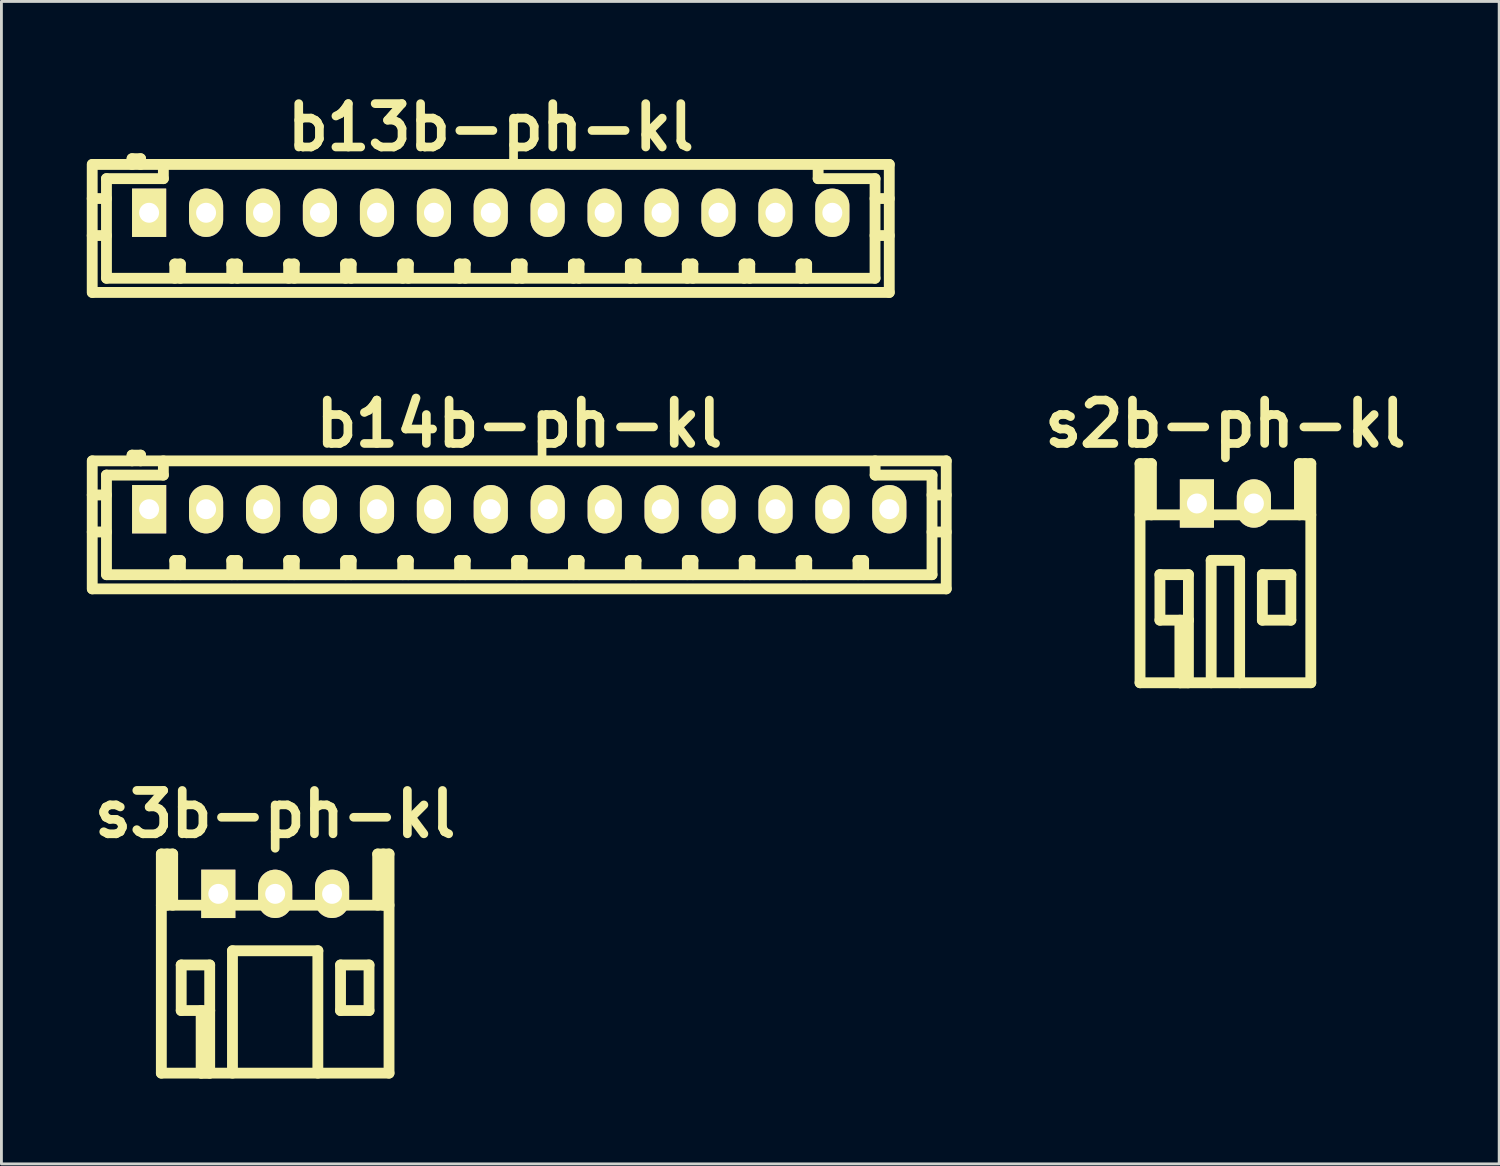
<source format=kicad_pcb>
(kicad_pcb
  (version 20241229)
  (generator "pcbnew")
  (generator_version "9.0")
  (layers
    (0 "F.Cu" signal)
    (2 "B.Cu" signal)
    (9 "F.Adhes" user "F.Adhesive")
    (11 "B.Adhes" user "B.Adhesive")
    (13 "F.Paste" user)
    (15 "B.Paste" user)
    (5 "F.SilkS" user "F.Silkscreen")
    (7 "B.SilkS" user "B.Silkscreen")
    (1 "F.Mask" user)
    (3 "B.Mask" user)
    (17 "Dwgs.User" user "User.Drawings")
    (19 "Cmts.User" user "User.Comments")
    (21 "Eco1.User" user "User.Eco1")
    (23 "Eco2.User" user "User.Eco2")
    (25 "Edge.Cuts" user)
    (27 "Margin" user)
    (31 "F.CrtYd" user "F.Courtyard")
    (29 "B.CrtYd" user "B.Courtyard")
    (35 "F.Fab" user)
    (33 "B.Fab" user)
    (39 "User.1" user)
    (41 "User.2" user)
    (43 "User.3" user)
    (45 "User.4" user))
  (footprint "b14b-ph-kl"
    (layer "F.Cu")
    (at 15.197 14.842)
    (property "Reference" "b14b-ph-kl" (at 0 -3 0) (layer "F.SilkS") (effects (font (size 1.524 1.524) (thickness 0.305))))
    (attr through_hole)
    (fp_line (start -15.006 -1.699) (end -15.006 2.799) (stroke (width 0.381) (type solid)) (layer "F.SilkS"))
    (fp_line (start -15.001 -1.699) (end 15.001 -1.699) (stroke (width 0.381) (type solid)) (layer "F.SilkS"))
    (fp_line (start -15.001 2.799) (end 15.001 2.799) (stroke (width 0.381) (type solid)) (layer "F.SilkS"))
    (fp_line (start -14.506 -1.199) (end -14.506 2.301) (stroke (width 0.381) (type solid)) (layer "F.SilkS"))
    (fp_line (start -14.506 -0.5) (end -15.006 -0.5) (stroke (width 0.381) (type solid)) (layer "F.SilkS"))
    (fp_line (start -14.506 0.8) (end -15.006 0.8) (stroke (width 0.381) (type solid)) (layer "F.SilkS"))
    (fp_line (start -13.607 -1.9) (end -13.607 -1.699) (stroke (width 0.381) (type solid)) (layer "F.SilkS"))
    (fp_line (start -13.307 -1.9) (end -13.607 -1.9) (stroke (width 0.381) (type solid)) (layer "F.SilkS"))
    (fp_line (start -13.307 -1.699) (end -13.307 -1.9) (stroke (width 0.381) (type solid)) (layer "F.SilkS"))
    (fp_line (start -12.507 -1.699) (end -12.507 -1.199) (stroke (width 0.381) (type solid)) (layer "F.SilkS"))
    (fp_line (start -12.507 -1.199) (end -14.506 -1.199) (stroke (width 0.381) (type solid)) (layer "F.SilkS"))
    (fp_line (start -12.106 1.801) (end -11.908 1.801) (stroke (width 0.381) (type solid)) (layer "F.SilkS"))
    (fp_line (start -12.106 2.301) (end -12.106 1.801) (stroke (width 0.381) (type solid)) (layer "F.SilkS"))
    (fp_line (start -11.908 1.801) (end -11.908 2.301) (stroke (width 0.381) (type solid)) (layer "F.SilkS"))
    (fp_line (start -10.104 1.801) (end -9.906 1.801) (stroke (width 0.381) (type solid)) (layer "F.SilkS"))
    (fp_line (start -10.104 2.301) (end -10.104 1.801) (stroke (width 0.381) (type solid)) (layer "F.SilkS"))
    (fp_line (start -9.906 1.801) (end -9.906 2.301) (stroke (width 0.381) (type solid)) (layer "F.SilkS"))
    (fp_line (start -8.105 1.801) (end -7.907 1.801) (stroke (width 0.381) (type solid)) (layer "F.SilkS"))
    (fp_line (start -8.105 2.301) (end -8.105 1.801) (stroke (width 0.381) (type solid)) (layer "F.SilkS"))
    (fp_line (start -7.907 1.801) (end -7.907 2.301) (stroke (width 0.381) (type solid)) (layer "F.SilkS"))
    (fp_line (start -6.106 1.801) (end -5.908 1.801) (stroke (width 0.381) (type solid)) (layer "F.SilkS"))
    (fp_line (start -6.106 2.301) (end -6.106 1.801) (stroke (width 0.381) (type solid)) (layer "F.SilkS"))
    (fp_line (start -5.908 1.801) (end -5.908 2.301) (stroke (width 0.381) (type solid)) (layer "F.SilkS"))
    (fp_line (start -4.097 1.801) (end -3.899 1.801) (stroke (width 0.381) (type solid)) (layer "F.SilkS"))
    (fp_line (start -4.097 2.301) (end -4.097 1.801) (stroke (width 0.381) (type solid)) (layer "F.SilkS"))
    (fp_line (start -3.899 1.801) (end -3.899 2.301) (stroke (width 0.381) (type solid)) (layer "F.SilkS"))
    (fp_line (start -2.098 1.801) (end -1.9 1.801) (stroke (width 0.381) (type solid)) (layer "F.SilkS"))
    (fp_line (start -2.098 2.301) (end -2.098 1.801) (stroke (width 0.381) (type solid)) (layer "F.SilkS"))
    (fp_line (start -1.9 1.801) (end -1.9 2.301) (stroke (width 0.381) (type solid)) (layer "F.SilkS"))
    (fp_line (start -0.097 1.801) (end 0.102 1.801) (stroke (width 0.381) (type solid)) (layer "F.SilkS"))
    (fp_line (start -0.097 2.301) (end -0.097 1.801) (stroke (width 0.381) (type solid)) (layer "F.SilkS"))
    (fp_line (start 0.102 1.801) (end 0.102 2.301) (stroke (width 0.381) (type solid)) (layer "F.SilkS"))
    (fp_line (start 1.902 1.801) (end 2.101 1.801) (stroke (width 0.381) (type solid)) (layer "F.SilkS"))
    (fp_line (start 1.902 2.301) (end 1.902 1.801) (stroke (width 0.381) (type solid)) (layer "F.SilkS"))
    (fp_line (start 2.101 1.801) (end 2.101 2.301) (stroke (width 0.381) (type solid)) (layer "F.SilkS"))
    (fp_line (start 3.901 1.801) (end 4.1 1.801) (stroke (width 0.381) (type solid)) (layer "F.SilkS"))
    (fp_line (start 3.901 2.301) (end 3.901 1.801) (stroke (width 0.381) (type solid)) (layer "F.SilkS"))
    (fp_line (start 4.1 1.801) (end 4.1 2.301) (stroke (width 0.381) (type solid)) (layer "F.SilkS"))
    (fp_line (start 5.903 1.801) (end 6.101 1.801) (stroke (width 0.381) (type solid)) (layer "F.SilkS"))
    (fp_line (start 5.903 2.301) (end 5.903 1.801) (stroke (width 0.381) (type solid)) (layer "F.SilkS"))
    (fp_line (start 6.101 1.801) (end 6.101 2.301) (stroke (width 0.381) (type solid)) (layer "F.SilkS"))
    (fp_line (start 7.902 1.801) (end 8.1 1.801) (stroke (width 0.381) (type solid)) (layer "F.SilkS"))
    (fp_line (start 7.902 2.301) (end 7.902 1.801) (stroke (width 0.381) (type solid)) (layer "F.SilkS"))
    (fp_line (start 8.1 1.801) (end 8.1 2.301) (stroke (width 0.381) (type solid)) (layer "F.SilkS"))
    (fp_line (start 9.901 1.801) (end 10.099 1.801) (stroke (width 0.381) (type solid)) (layer "F.SilkS"))
    (fp_line (start 9.901 2.301) (end 9.901 1.801) (stroke (width 0.381) (type solid)) (layer "F.SilkS"))
    (fp_line (start 10.099 1.801) (end 10.099 2.301) (stroke (width 0.381) (type solid)) (layer "F.SilkS"))
    (fp_line (start 11.9 1.801) (end 12.098 1.801) (stroke (width 0.381) (type solid)) (layer "F.SilkS"))
    (fp_line (start 11.9 2.301) (end 11.9 1.801) (stroke (width 0.381) (type solid)) (layer "F.SilkS"))
    (fp_line (start 12.098 1.801) (end 12.098 2.301) (stroke (width 0.381) (type solid)) (layer "F.SilkS"))
    (fp_line (start 12.502 -1.199) (end 12.502 -1.699) (stroke (width 0.381) (type solid)) (layer "F.SilkS"))
    (fp_line (start 14.501 -1.199) (end 12.502 -1.199) (stroke (width 0.381) (type solid)) (layer "F.SilkS"))
    (fp_line (start 14.501 0.8) (end 15.001 0.8) (stroke (width 0.381) (type solid)) (layer "F.SilkS"))
    (fp_line (start 14.501 2.301) (end -14.501 2.301) (stroke (width 0.381) (type solid)) (layer "F.SilkS"))
    (fp_line (start 14.501 2.301) (end 14.501 -1.199) (stroke (width 0.381) (type solid)) (layer "F.SilkS"))
    (fp_line (start 15.001 -1.699) (end 15.001 2.799) (stroke (width 0.381) (type solid)) (layer "F.SilkS"))
    (fp_line (start 15.001 -0.5) (end 14.501 -0.5) (stroke (width 0.381) (type solid)) (layer "F.SilkS"))
    (pad "1" thru_hole rect (at -13.007 0) (size 1.199 1.699) (drill 0.701) (layers "*.Cu" "*.Mask" "F.SilkS"))
    (pad "2" thru_hole oval (at -11.006 0) (size 1.199 1.699) (drill 0.701) (layers "*.Cu" "*.Mask" "F.SilkS"))
    (pad "3" thru_hole oval (at -9.004 0) (size 1.199 1.699) (drill 0.701) (layers "*.Cu" "*.Mask" "F.SilkS"))
    (pad "4" thru_hole oval (at -7.005 0) (size 1.199 1.699) (drill 0.701) (layers "*.Cu" "*.Mask" "F.SilkS"))
    (pad "5" thru_hole oval (at -5.001 0) (size 1.199 1.699) (drill 0.701) (layers "*.Cu" "*.Mask" "F.SilkS"))
    (pad "6" thru_hole oval (at -3 0) (size 1.199 1.699) (drill 0.701) (layers "*.Cu" "*.Mask" "F.SilkS"))
    (pad "7" thru_hole oval (at -1.003 0) (size 1.199 1.699) (drill 0.701) (layers "*.Cu" "*.Mask" "F.SilkS"))
    (pad "8" thru_hole oval (at 0.998 0) (size 1.199 1.699) (drill 0.701) (layers "*.Cu" "*.Mask" "F.SilkS"))
    (pad "9" thru_hole oval (at 3 0) (size 1.199 1.699) (drill 0.701) (layers "*.Cu" "*.Mask" "F.SilkS"))
    (pad "10" thru_hole oval (at 4.999 0) (size 1.199 1.699) (drill 0.701) (layers "*.Cu" "*.Mask" "F.SilkS"))
    (pad "11" thru_hole oval (at 7 0) (size 1.199 1.699) (drill 0.701) (layers "*.Cu" "*.Mask" "F.SilkS"))
    (pad "12" thru_hole oval (at 9.002 0) (size 1.199 1.699) (drill 0.701) (layers "*.Cu" "*.Mask" "F.SilkS"))
    (pad "13" thru_hole oval (at 11.001 0) (size 1.199 1.699) (drill 0.701) (layers "*.Cu" "*.Mask" "F.SilkS"))
    (pad "14" thru_hole oval (at 13 0) (size 1.199 1.699) (drill 0.701) (layers "*.Cu" "*.Mask" "F.SilkS")))
  (footprint "s2b-ph-kl"
    (layer "F.Cu")
    (at 40.007 14.641)
    (property "Reference" "s2b-ph-kl" (at 0 -2.799 0) (layer "F.SilkS") (effects (font (size 1.524 1.524) (thickness 0.305))))
    (attr through_hole)
    (fp_line (start -3 -1.4) (end -3 6.299) (stroke (width 0.381) (type solid)) (layer "F.SilkS"))
    (fp_line (start -3 6.299) (end 3 6.299) (stroke (width 0.381) (type solid)) (layer "F.SilkS"))
    (fp_line (start -2.799 -1.4) (end -2.799 0.399) (stroke (width 0.381) (type solid)) (layer "F.SilkS"))
    (fp_line (start -2.601 -1.4) (end -3 -1.4) (stroke (width 0.381) (type solid)) (layer "F.SilkS"))
    (fp_line (start -2.601 0.399) (end -2.601 -1.4) (stroke (width 0.381) (type solid)) (layer "F.SilkS"))
    (fp_line (start -2.301 2.499) (end -1.3 2.499) (stroke (width 0.381) (type solid)) (layer "F.SilkS"))
    (fp_line (start -2.301 4.1) (end -2.301 2.499) (stroke (width 0.381) (type solid)) (layer "F.SilkS"))
    (fp_line (start -1.6 6.299) (end -1.6 4.1) (stroke (width 0.381) (type solid)) (layer "F.SilkS"))
    (fp_line (start -1.3 2.499) (end -1.3 4.1) (stroke (width 0.381) (type solid)) (layer "F.SilkS"))
    (fp_line (start -1.3 4.1) (end -2.301 4.1) (stroke (width 0.381) (type solid)) (layer "F.SilkS"))
    (fp_line (start -1.3 4.1) (end -1.3 6.299) (stroke (width 0.381) (type solid)) (layer "F.SilkS"))
    (fp_line (start -1.3 6.299) (end -1.6 6.299) (stroke (width 0.381) (type solid)) (layer "F.SilkS"))
    (fp_line (start -0.5 1.999) (end -0.5 6.299) (stroke (width 0.381) (type solid)) (layer "F.SilkS"))
    (fp_line (start 0.5 1.999) (end -0.5 1.999) (stroke (width 0.381) (type solid)) (layer "F.SilkS"))
    (fp_line (start 0.5 1.999) (end 0.5 6.299) (stroke (width 0.381) (type solid)) (layer "F.SilkS"))
    (fp_line (start 1.298 2.499) (end 2.299 2.499) (stroke (width 0.381) (type solid)) (layer "F.SilkS"))
    (fp_line (start 1.298 4.1) (end 1.298 2.499) (stroke (width 0.381) (type solid)) (layer "F.SilkS"))
    (fp_line (start 2.299 2.499) (end 2.299 4.1) (stroke (width 0.381) (type solid)) (layer "F.SilkS"))
    (fp_line (start 2.299 4.1) (end 1.298 4.1) (stroke (width 0.381) (type solid)) (layer "F.SilkS"))
    (fp_line (start 2.601 -1.4) (end 2.601 0.399) (stroke (width 0.381) (type solid)) (layer "F.SilkS"))
    (fp_line (start 2.799 -1.4) (end 2.799 0.399) (stroke (width 0.381) (type solid)) (layer "F.SilkS"))
    (fp_line (start 3 -1.4) (end 2.601 -1.4) (stroke (width 0.381) (type solid)) (layer "F.SilkS"))
    (fp_line (start 3 0.399) (end -3 0.399) (stroke (width 0.381) (type solid)) (layer "F.SilkS"))
    (fp_line (start 3 6.299) (end 3 -1.4) (stroke (width 0.381) (type solid)) (layer "F.SilkS"))
    (pad "1" thru_hole rect (at -1.001 0) (size 1.199 1.699) (drill 0.701) (layers "*.Cu" "*.Mask" "F.SilkS"))
    (pad "2" thru_hole oval (at 1.001 0) (size 1.199 1.699) (drill 0.701) (layers "*.Cu" "*.Mask" "F.SilkS")))
  (footprint "b13b-ph-kl"
    (layer "F.Cu")
    (at 14.196 4.426)
    (property "Reference" "b13b-ph-kl" (at 0 -3 0) (layer "F.SilkS") (effects (font (size 1.524 1.524) (thickness 0.305))))
    (attr through_hole)
    (fp_line (start -14.006 -1.699) (end -14.006 2.799) (stroke (width 0.381) (type solid)) (layer "F.SilkS"))
    (fp_line (start -13.505 -1.199) (end -13.505 2.301) (stroke (width 0.381) (type solid)) (layer "F.SilkS"))
    (fp_line (start -13.505 -0.5) (end -14.006 -0.5) (stroke (width 0.381) (type solid)) (layer "F.SilkS"))
    (fp_line (start -13.505 0.8) (end -14.006 0.8) (stroke (width 0.381) (type solid)) (layer "F.SilkS"))
    (fp_line (start -13.5 2.301) (end 13.5 2.301) (stroke (width 0.381) (type solid)) (layer "F.SilkS"))
    (fp_line (start -12.606 -1.9) (end -12.606 -1.699) (stroke (width 0.381) (type solid)) (layer "F.SilkS"))
    (fp_line (start -12.306 -1.9) (end -12.606 -1.9) (stroke (width 0.381) (type solid)) (layer "F.SilkS"))
    (fp_line (start -12.306 -1.699) (end -12.306 -1.9) (stroke (width 0.381) (type solid)) (layer "F.SilkS"))
    (fp_line (start -11.506 -1.699) (end -11.506 -1.199) (stroke (width 0.381) (type solid)) (layer "F.SilkS"))
    (fp_line (start -11.506 -1.199) (end -13.505 -1.199) (stroke (width 0.381) (type solid)) (layer "F.SilkS"))
    (fp_line (start -11.105 1.801) (end -10.907 1.801) (stroke (width 0.381) (type solid)) (layer "F.SilkS"))
    (fp_line (start -11.105 2.301) (end -11.105 1.801) (stroke (width 0.381) (type solid)) (layer "F.SilkS"))
    (fp_line (start -10.907 1.801) (end -10.907 2.301) (stroke (width 0.381) (type solid)) (layer "F.SilkS"))
    (fp_line (start -9.103 1.801) (end -8.905 1.801) (stroke (width 0.381) (type solid)) (layer "F.SilkS"))
    (fp_line (start -9.103 2.301) (end -9.103 1.801) (stroke (width 0.381) (type solid)) (layer "F.SilkS"))
    (fp_line (start -8.905 1.801) (end -8.905 2.301) (stroke (width 0.381) (type solid)) (layer "F.SilkS"))
    (fp_line (start -7.104 1.801) (end -6.906 1.801) (stroke (width 0.381) (type solid)) (layer "F.SilkS"))
    (fp_line (start -7.104 2.301) (end -7.104 1.801) (stroke (width 0.381) (type solid)) (layer "F.SilkS"))
    (fp_line (start -6.906 1.801) (end -6.906 2.301) (stroke (width 0.381) (type solid)) (layer "F.SilkS"))
    (fp_line (start -5.105 1.801) (end -4.907 1.801) (stroke (width 0.381) (type solid)) (layer "F.SilkS"))
    (fp_line (start -5.105 2.301) (end -5.105 1.801) (stroke (width 0.381) (type solid)) (layer "F.SilkS"))
    (fp_line (start -4.907 1.801) (end -4.907 2.301) (stroke (width 0.381) (type solid)) (layer "F.SilkS"))
    (fp_line (start -3.096 1.801) (end -2.898 1.801) (stroke (width 0.381) (type solid)) (layer "F.SilkS"))
    (fp_line (start -3.096 2.301) (end -3.096 1.801) (stroke (width 0.381) (type solid)) (layer "F.SilkS"))
    (fp_line (start -2.898 1.801) (end -2.898 2.301) (stroke (width 0.381) (type solid)) (layer "F.SilkS"))
    (fp_line (start -1.097 1.801) (end -0.899 1.801) (stroke (width 0.381) (type solid)) (layer "F.SilkS"))
    (fp_line (start -1.097 2.301) (end -1.097 1.801) (stroke (width 0.381) (type solid)) (layer "F.SilkS"))
    (fp_line (start -0.899 1.801) (end -0.899 2.301) (stroke (width 0.381) (type solid)) (layer "F.SilkS"))
    (fp_line (start 0.902 1.801) (end 1.1 1.801) (stroke (width 0.381) (type solid)) (layer "F.SilkS"))
    (fp_line (start 0.902 2.301) (end 0.902 1.801) (stroke (width 0.381) (type solid)) (layer "F.SilkS"))
    (fp_line (start 1.1 1.801) (end 1.1 2.301) (stroke (width 0.381) (type solid)) (layer "F.SilkS"))
    (fp_line (start 2.901 1.801) (end 3.099 1.801) (stroke (width 0.381) (type solid)) (layer "F.SilkS"))
    (fp_line (start 2.901 2.301) (end 2.901 1.801) (stroke (width 0.381) (type solid)) (layer "F.SilkS"))
    (fp_line (start 3.099 1.801) (end 3.099 2.301) (stroke (width 0.381) (type solid)) (layer "F.SilkS"))
    (fp_line (start 4.902 1.801) (end 5.1 1.801) (stroke (width 0.381) (type solid)) (layer "F.SilkS"))
    (fp_line (start 4.902 2.301) (end 4.902 1.801) (stroke (width 0.381) (type solid)) (layer "F.SilkS"))
    (fp_line (start 5.1 1.801) (end 5.1 2.301) (stroke (width 0.381) (type solid)) (layer "F.SilkS"))
    (fp_line (start 6.901 1.801) (end 7.099 1.801) (stroke (width 0.381) (type solid)) (layer "F.SilkS"))
    (fp_line (start 6.901 2.301) (end 6.901 1.801) (stroke (width 0.381) (type solid)) (layer "F.SilkS"))
    (fp_line (start 7.099 1.801) (end 7.099 2.301) (stroke (width 0.381) (type solid)) (layer "F.SilkS"))
    (fp_line (start 8.9 1.801) (end 9.098 1.801) (stroke (width 0.381) (type solid)) (layer "F.SilkS"))
    (fp_line (start 8.9 2.301) (end 8.9 1.801) (stroke (width 0.381) (type solid)) (layer "F.SilkS"))
    (fp_line (start 9.098 1.801) (end 9.098 2.301) (stroke (width 0.381) (type solid)) (layer "F.SilkS"))
    (fp_line (start 10.899 1.801) (end 11.097 1.801) (stroke (width 0.381) (type solid)) (layer "F.SilkS"))
    (fp_line (start 10.899 2.301) (end 10.899 1.801) (stroke (width 0.381) (type solid)) (layer "F.SilkS"))
    (fp_line (start 11.097 1.801) (end 11.097 2.301) (stroke (width 0.381) (type solid)) (layer "F.SilkS"))
    (fp_line (start 11.501 -1.199) (end 11.501 -1.699) (stroke (width 0.381) (type solid)) (layer "F.SilkS"))
    (fp_line (start 13.5 -1.199) (end 11.501 -1.199) (stroke (width 0.381) (type solid)) (layer "F.SilkS"))
    (fp_line (start 13.5 0.8) (end 14 0.8) (stroke (width 0.381) (type solid)) (layer "F.SilkS"))
    (fp_line (start 13.5 2.301) (end 13.5 -1.199) (stroke (width 0.381) (type solid)) (layer "F.SilkS"))
    (fp_line (start 14 -1.699) (end -14 -1.699) (stroke (width 0.381) (type solid)) (layer "F.SilkS"))
    (fp_line (start 14 -1.699) (end 14 2.799) (stroke (width 0.381) (type solid)) (layer "F.SilkS"))
    (fp_line (start 14 -0.5) (end 13.5 -0.5) (stroke (width 0.381) (type solid)) (layer "F.SilkS"))
    (fp_line (start 14 2.799) (end -14 2.799) (stroke (width 0.381) (type solid)) (layer "F.SilkS"))
    (pad "1" thru_hole rect (at -12.007 0) (size 1.199 1.699) (drill 0.701) (layers "*.Cu" "*.Mask" "F.SilkS"))
    (pad "2" thru_hole oval (at -10.005 0) (size 1.199 1.699) (drill 0.701) (layers "*.Cu" "*.Mask" "F.SilkS"))
    (pad "3" thru_hole oval (at -8.004 0) (size 1.199 1.699) (drill 0.701) (layers "*.Cu" "*.Mask" "F.SilkS"))
    (pad "4" thru_hole oval (at -6.005 0) (size 1.199 1.699) (drill 0.701) (layers "*.Cu" "*.Mask" "F.SilkS"))
    (pad "5" thru_hole oval (at -4 0) (size 1.199 1.699) (drill 0.701) (layers "*.Cu" "*.Mask" "F.SilkS"))
    (pad "6" thru_hole oval (at -1.999 0) (size 1.199 1.699) (drill 0.701) (layers "*.Cu" "*.Mask" "F.SilkS"))
    (pad "7" thru_hole oval (at -0.003 0) (size 1.199 1.699) (drill 0.701) (layers "*.Cu" "*.Mask" "F.SilkS"))
    (pad "8" thru_hole oval (at 1.996 0) (size 1.199 1.699) (drill 0.701) (layers "*.Cu" "*.Mask" "F.SilkS"))
    (pad "9" thru_hole oval (at 3.998 0) (size 1.199 1.699) (drill 0.701) (layers "*.Cu" "*.Mask" "F.SilkS"))
    (pad "10" thru_hole oval (at 5.997 0) (size 1.199 1.699) (drill 0.701) (layers "*.Cu" "*.Mask" "F.SilkS"))
    (pad "11" thru_hole oval (at 7.998 0) (size 1.199 1.699) (drill 0.701) (layers "*.Cu" "*.Mask" "F.SilkS"))
    (pad "12" thru_hole oval (at 10 0) (size 1.199 1.699) (drill 0.701) (layers "*.Cu" "*.Mask" "F.SilkS"))
    (pad "13" thru_hole oval (at 11.999 0) (size 1.199 1.699) (drill 0.701) (layers "*.Cu" "*.Mask" "F.SilkS")))
  (footprint "s3b-ph-kl"
    (layer "F.Cu")
    (at 6.619 28.357)
    (property "Reference" "s3b-ph-kl" (at 0 -2.799 0) (layer "F.SilkS") (effects (font (size 1.524 1.524) (thickness 0.305))))
    (attr through_hole)
    (fp_line (start -4 -1.4) (end -4 6.299) (stroke (width 0.381) (type solid)) (layer "F.SilkS"))
    (fp_line (start -4 0.399) (end 4 0.399) (stroke (width 0.381) (type solid)) (layer "F.SilkS"))
    (fp_line (start -4 6.299) (end 4 6.299) (stroke (width 0.381) (type solid)) (layer "F.SilkS"))
    (fp_line (start -3.8 -1.4) (end -3.8 0.399) (stroke (width 0.381) (type solid)) (layer "F.SilkS"))
    (fp_line (start -3.602 -1.4) (end -4 -1.4) (stroke (width 0.381) (type solid)) (layer "F.SilkS"))
    (fp_line (start -3.602 0.399) (end -3.602 -1.4) (stroke (width 0.381) (type solid)) (layer "F.SilkS"))
    (fp_line (start -3.302 2.499) (end -2.301 2.499) (stroke (width 0.381) (type solid)) (layer "F.SilkS"))
    (fp_line (start -3.302 4.1) (end -3.302 2.499) (stroke (width 0.381) (type solid)) (layer "F.SilkS"))
    (fp_line (start -2.601 6.299) (end -2.601 4.1) (stroke (width 0.381) (type solid)) (layer "F.SilkS"))
    (fp_line (start -2.301 2.499) (end -2.301 4.1) (stroke (width 0.381) (type solid)) (layer "F.SilkS"))
    (fp_line (start -2.301 4.1) (end -3.302 4.1) (stroke (width 0.381) (type solid)) (layer "F.SilkS"))
    (fp_line (start -2.301 4.1) (end -2.301 6.299) (stroke (width 0.381) (type solid)) (layer "F.SilkS"))
    (fp_line (start -2.301 6.299) (end -2.601 6.299) (stroke (width 0.381) (type solid)) (layer "F.SilkS"))
    (fp_line (start -1.501 1.999) (end -1.501 6.299) (stroke (width 0.381) (type solid)) (layer "F.SilkS"))
    (fp_line (start -1.501 1.999) (end 1.501 1.999) (stroke (width 0.381) (type solid)) (layer "F.SilkS"))
    (fp_line (start 1.499 1.999) (end 1.499 6.299) (stroke (width 0.381) (type solid)) (layer "F.SilkS"))
    (fp_line (start 2.296 2.499) (end 3.297 2.499) (stroke (width 0.381) (type solid)) (layer "F.SilkS"))
    (fp_line (start 2.296 4.1) (end 2.296 2.499) (stroke (width 0.381) (type solid)) (layer "F.SilkS"))
    (fp_line (start 3.297 2.499) (end 3.297 4.1) (stroke (width 0.381) (type solid)) (layer "F.SilkS"))
    (fp_line (start 3.297 4.1) (end 2.296 4.1) (stroke (width 0.381) (type solid)) (layer "F.SilkS"))
    (fp_line (start 3.602 -1.4) (end 3.602 0.399) (stroke (width 0.381) (type solid)) (layer "F.SilkS"))
    (fp_line (start 3.8 -1.4) (end 3.8 0.399) (stroke (width 0.381) (type solid)) (layer "F.SilkS"))
    (fp_line (start 4 -1.4) (end 3.602 -1.4) (stroke (width 0.381) (type solid)) (layer "F.SilkS"))
    (fp_line (start 4 6.299) (end 4 -1.4) (stroke (width 0.381) (type solid)) (layer "F.SilkS"))
    (pad "1" thru_hole rect (at -1.999 0) (size 1.199 1.699) (drill 0.701) (layers "*.Cu" "*.Mask" "F.SilkS"))
    (pad "2" thru_hole oval (at 0 0) (size 1.199 1.699) (drill 0.701) (layers "*.Cu" "*.Mask" "F.SilkS"))
    (pad "3" thru_hole oval (at 1.999 0) (size 1.199 1.699) (drill 0.701) (layers "*.Cu" "*.Mask" "F.SilkS")))
  (gr_rect
    (start -3 -3)
    (end 49.626 37.846)
    (stroke (width 0.1) (type default))
    (fill no)
    (layer "Edge.Cuts")))
</source>
